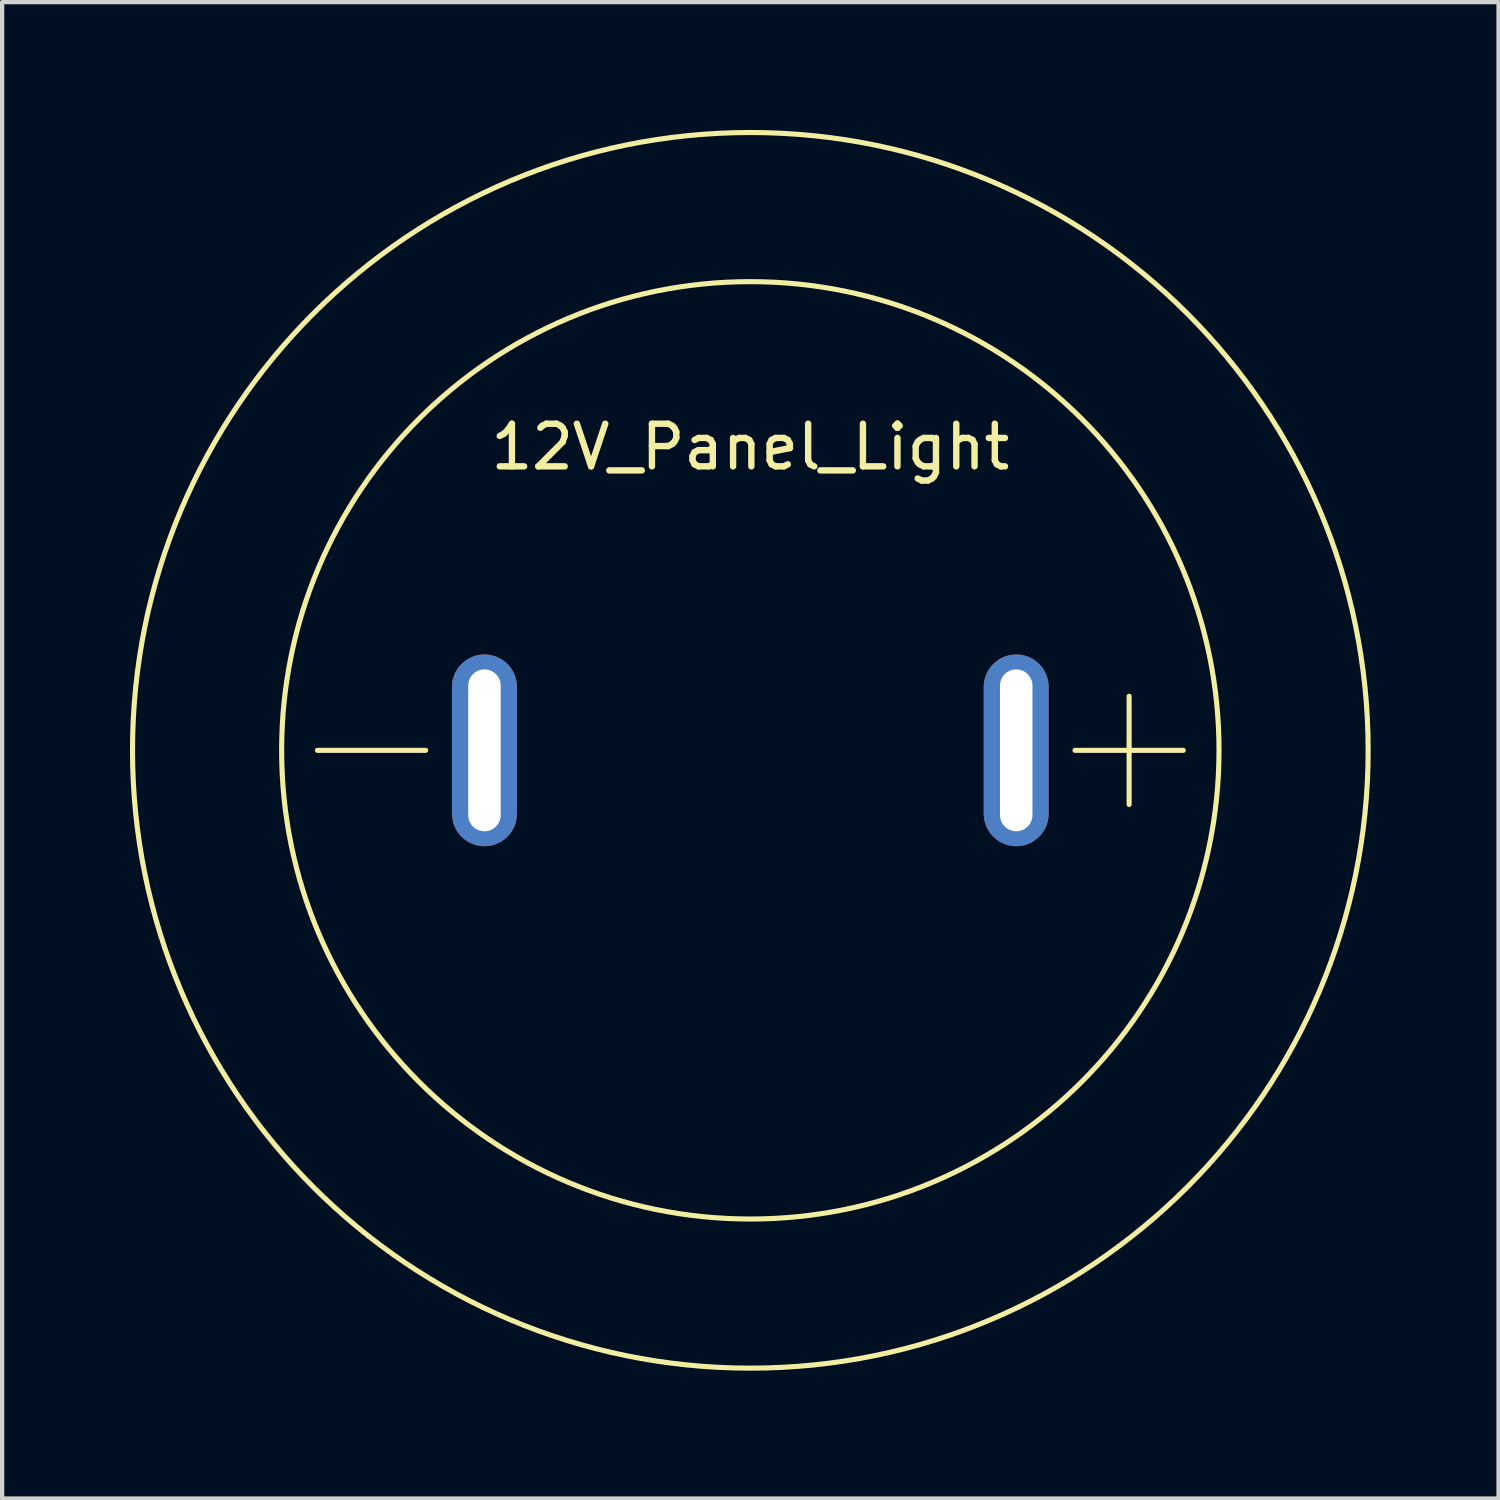
<source format=kicad_pcb>
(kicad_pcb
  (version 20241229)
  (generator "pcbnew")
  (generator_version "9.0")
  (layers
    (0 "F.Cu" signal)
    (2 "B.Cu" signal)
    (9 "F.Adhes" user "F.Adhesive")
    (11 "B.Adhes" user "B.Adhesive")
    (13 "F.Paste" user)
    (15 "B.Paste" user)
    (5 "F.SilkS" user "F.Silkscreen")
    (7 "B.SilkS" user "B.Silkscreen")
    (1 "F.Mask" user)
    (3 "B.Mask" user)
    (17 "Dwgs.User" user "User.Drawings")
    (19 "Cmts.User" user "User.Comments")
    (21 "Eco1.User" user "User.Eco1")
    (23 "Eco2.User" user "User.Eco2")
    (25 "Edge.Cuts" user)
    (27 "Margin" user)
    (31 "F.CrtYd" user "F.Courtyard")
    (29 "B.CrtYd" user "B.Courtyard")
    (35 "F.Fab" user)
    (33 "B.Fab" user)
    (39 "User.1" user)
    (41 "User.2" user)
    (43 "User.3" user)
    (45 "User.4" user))
  (footprint "12V_Panel_Light"
    (layer "F.Cu")
    (at 14.56 14.56)
    (property "Reference" "12V_Panel_Light" (at 0 -7.12 0) (layer "F.SilkS") (effects (font (size 1 1) (thickness 0.15))))
    (attr through_hole)
    (fp_line (start -10.16 0) (end -7.62 0) (stroke (width 0.12) (type solid)) (layer "F.SilkS"))
    (fp_line (start 7.62 0) (end 10.16 0) (stroke (width 0.12) (type solid)) (layer "F.SilkS"))
    (fp_line (start 8.89 1.27) (end 8.89 -1.27) (stroke (width 0.12) (type solid)) (layer "F.SilkS"))
    (fp_circle (center 0 0) (end 11 0) (stroke (width 0.12) (type solid)) (fill no) (layer "F.SilkS"))
    (fp_circle (center 0 0) (end 14.5 0) (stroke (width 0.12) (type solid)) (fill no) (layer "F.SilkS"))
    (pad "1" thru_hole oval (at -6.24 0) (size 1.524 4.5) (drill oval 0.762 3.8) (layers "*.Cu" "*.Mask"))
    (pad "2" thru_hole oval (at 6.24 0) (size 1.524 4.5) (drill oval 0.762 3.8) (layers "*.Cu" "*.Mask")))
  (gr_rect
    (start -3 -3)
    (end 32.12 32.12)
    (stroke (width 0.1) (type default))
    (fill no)
    (layer "Edge.Cuts")))
</source>
